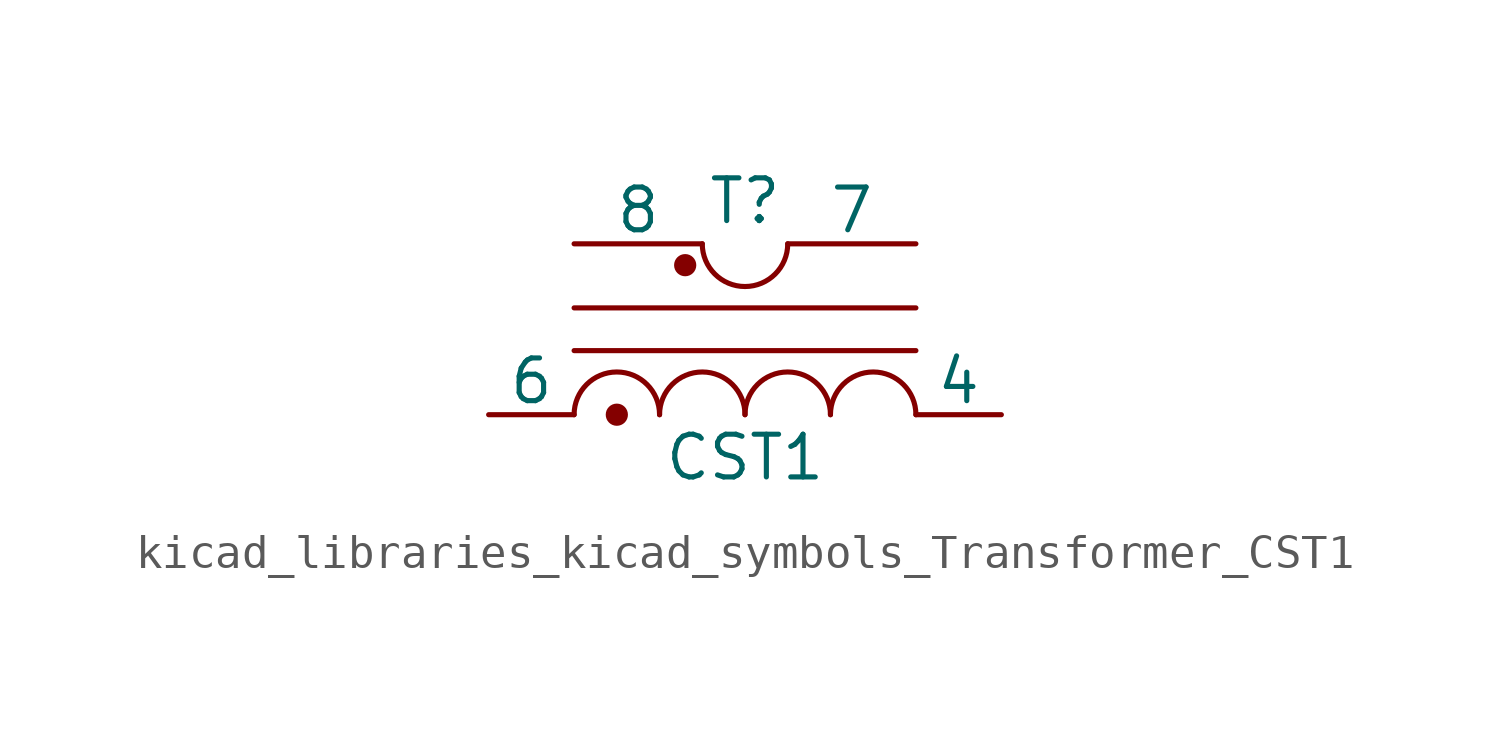
<source format=kicad_sym>
(kicad_symbol_lib
  (version 20220914)
  (generator kicad_symbol_editor)
  (symbol "kicad_libraries_kicad_symbols_Transformer_CST1"
    (pin_numbers hide)
    (pin_names
      (offset 0))
    (property "Reference" "T"
      (at 0 6.35 0)
      (effects (font (size 1.27 1.27))))
    (property "Value" "CST1"
      (at 0 -1.27 0)
      (effects (font (size 1.27 1.27))))
    (property "ki_locked" ""
      (at 0 0 0)
      (effects (font (size 1.27 1.27))))
    (symbol "kicad_libraries_kicad_symbols_Transformer_CST1_0_1"
      (circle (center -3.81 0) (radius 0.254) (stroke (width 0) (type default)) (fill (type outline)))
      (arc (start -2.54 0) (mid -3.81 1.2645) (end -5.08 0) (stroke (width 0) (type default)) (fill (type none)))
      (circle (center -1.778 4.445) (radius 0.254) (stroke (width 0) (type default)) (fill (type outline)))
      (arc (start -1.27 5.08) (mid 0 3.8155) (end 1.27 5.08) (stroke (width 0) (type default)) (fill (type none)))
      (arc (start 0 0) (mid -1.27 1.2645) (end -2.54 0) (stroke (width 0) (type default)) (fill (type none)))
      (polyline (pts (xy -5.08 1.905) (xy 5.08 1.905)) (stroke (width 0) (type default)) (fill (type none)))
      (polyline (pts (xy -5.08 3.175) (xy 5.08 3.175)) (stroke (width 0) (type default)) (fill (type none)))
      (arc (start 2.54 0) (mid 1.27 1.2645) (end 0 0) (stroke (width 0) (type default)) (fill (type none)))
      (arc (start 5.08 0) (mid 3.81 1.2645) (end 2.54 0) (stroke (width 0) (type default)) (fill (type none)))
      (pin passive line (at 7.62 0 180) (length 2.54) (name "4" (effects (font (size 1.27 1.27)))) (number "4" (effects (font (size 1.27 1.27)))))
      (pin passive line (at -7.62 0 0) (length 2.54) (name "6" (effects (font (size 1.27 1.27)))) (number "6" (effects (font (size 1.27 1.27)))))
      (pin passive line (at 5.08 5.08 180) (length 3.81) (name "7" (effects (font (size 1.27 1.27)))) (number "7" (effects (font (size 1.27 1.27)))))
      (pin passive line (at -5.08 5.08 0) (length 3.81) (name "8" (effects (font (size 1.27 1.27)))) (number "8" (effects (font (size 1.27 1.27))))))
    (symbol "kicad_libraries_kicad_symbols_Transformer_CST1_1_1"
      (pin no_connect line (at 2.54 0 180) (length 2.54) hide (name "1" (effects (font (size 1.27 1.27)))) (number "1" (effects (font (size 1.27 1.27)))))
      (pin no_connect line (at -2.54 0 0) (length 2.54) hide (name "2" (effects (font (size 1.27 1.27)))) (number "2" (effects (font (size 1.27 1.27)))))
      (pin no_connect line (at 2.54 5.08 180) (length 2.54) hide (name "3" (effects (font (size 1.27 1.27)))) (number "3" (effects (font (size 1.27 1.27)))))
      (pin no_connect line (at -2.54 5.08 0) (length 2.54) hide (name "5" (effects (font (size 1.27 1.27)))) (number "5" (effects (font (size 1.27 1.27))))))))
</source>
